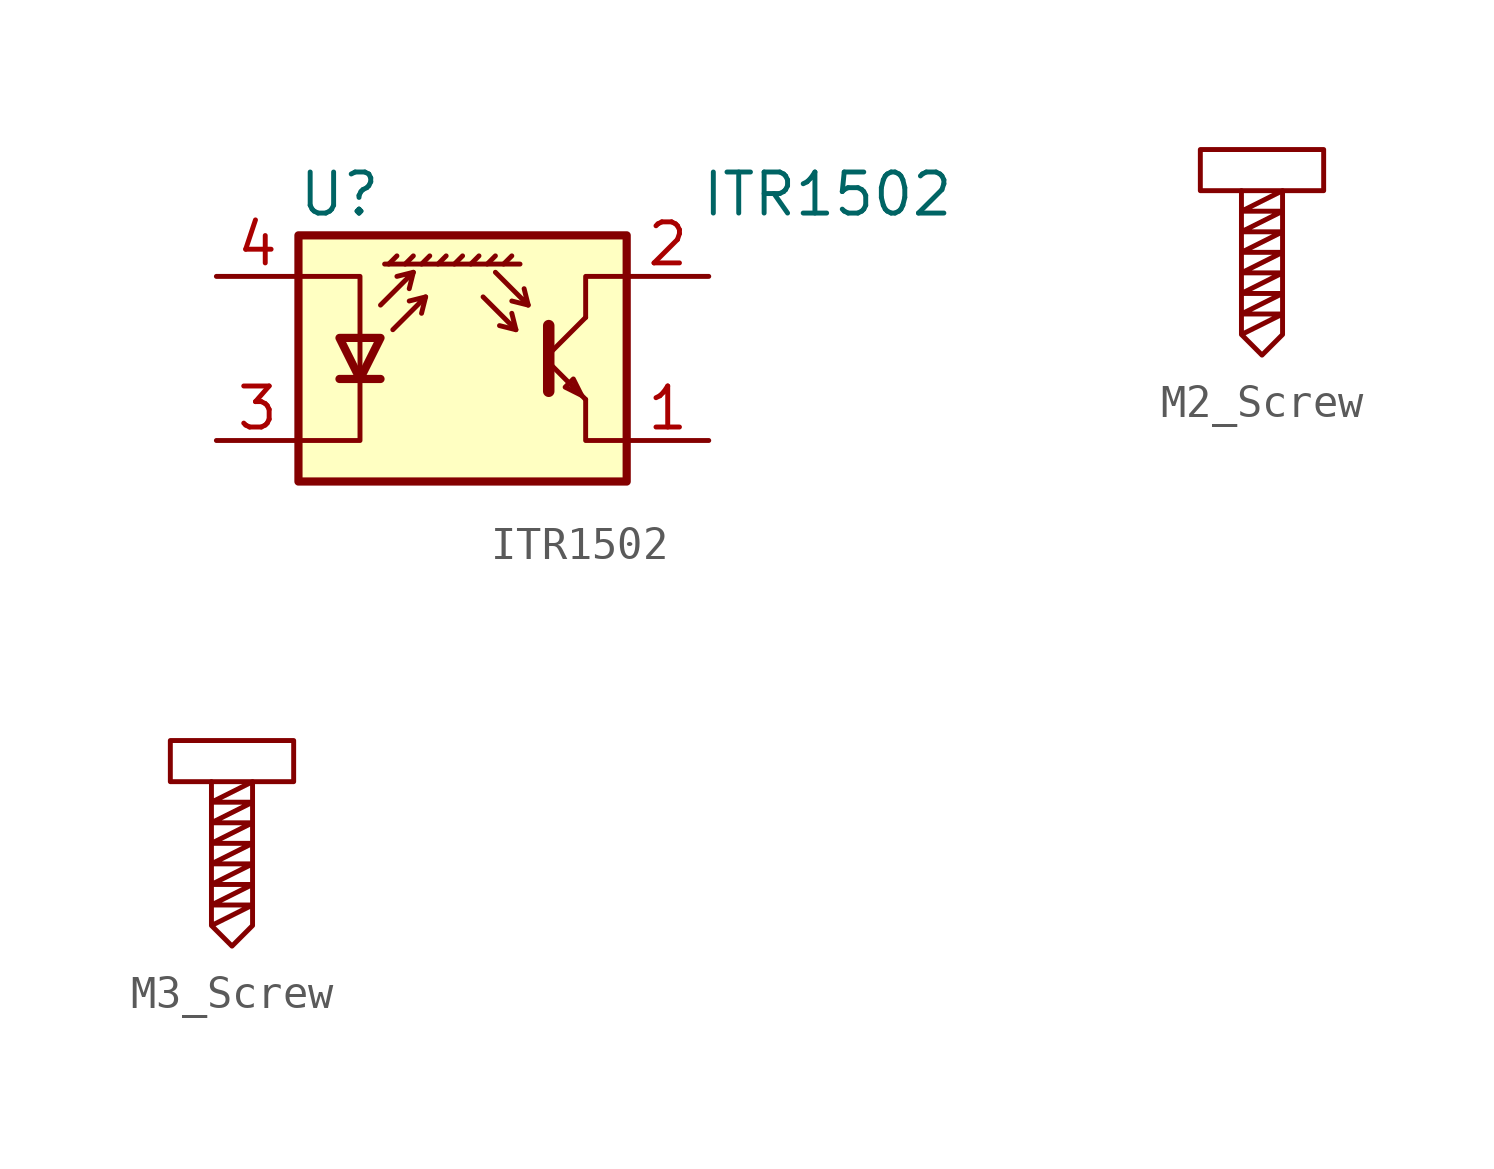
<source format=kicad_sym>
(kicad_symbol_lib
  (version 20241209)
  (generator "kicad_symbol_editor")
  (generator_version "9.0")
  (symbol "ITR1502"
    (pin_names
      (offset 0.025)
      (hide yes))
    (property "Reference" "U"
      (at -3.81 5.08 0)
      (effects (font (size 1.27 1.27))))
    (property "Value" "ITR1502"
      (at 15.24 5.08 0)
      (effects (font (size 1.27 1.27)) (justify right)))
    (symbol "ITR1502_0_1"
      (polyline (pts (xy -5.08 -2.54) (xy -3.175 -2.54) (xy -3.175 2.54) (xy -5.08 2.54)) (stroke (width 0) (type default)) (fill (type none)))
      (polyline (pts (xy -5.08 -3.81) (xy 5.08 -3.81) (xy 5.08 3.81) (xy -5.08 3.81) (xy -5.08 -3.81)) (stroke (width 0.254) (type default)) (fill (type background)))
      (polyline (pts (xy -3.81 -0.635) (xy -2.54 -0.635)) (stroke (width 0.254) (type default)) (fill (type none)))
      (polyline (pts (xy -3.175 -0.635) (xy -3.81 0.635) (xy -2.54 0.635) (xy -3.175 -0.635)) (stroke (width 0.254) (type default)) (fill (type none)))
      (polyline (pts (xy -2.54 1.651) (xy -1.524 2.667) (xy -2.032 2.54)) (stroke (width 0) (type default)) (fill (type none)))
      (polyline (pts (xy -2.286 2.921) (xy -2.032 3.175)) (stroke (width 0) (type default)) (fill (type none)))
      (polyline (pts (xy -2.159 0.889) (xy -1.143 1.905) (xy -1.651 1.778)) (stroke (width 0) (type default)) (fill (type none)))
      (polyline (pts (xy -1.778 2.921) (xy -1.524 3.175)) (stroke (width 0) (type default)) (fill (type none)))
      (polyline (pts (xy -1.524 2.667) (xy -1.651 2.159)) (stroke (width 0) (type default)) (fill (type none)))
      (polyline (pts (xy -1.27 2.921) (xy -1.016 3.175)) (stroke (width 0) (type default)) (fill (type none)))
      (polyline (pts (xy -1.143 1.905) (xy -1.27 1.397)) (stroke (width 0) (type default)) (fill (type none)))
      (polyline (pts (xy -0.762 2.921) (xy -0.508 3.175)) (stroke (width 0) (type default)) (fill (type none)))
      (polyline (pts (xy -0.254 2.921) (xy 0 3.175)) (stroke (width 0) (type default)) (fill (type none)))
      (polyline (pts (xy 0.254 2.921) (xy 0.508 3.175)) (stroke (width 0) (type default)) (fill (type none)))
      (polyline (pts (xy 0.635 1.905) (xy 1.651 0.889) (xy 1.524 1.397)) (stroke (width 0) (type default)) (fill (type none)))
      (polyline (pts (xy 0.762 2.921) (xy 1.016 3.175)) (stroke (width 0) (type default)) (fill (type none)))
      (polyline (pts (xy 1.016 2.667) (xy 2.032 1.651) (xy 1.905 2.159)) (stroke (width 0) (type default)) (fill (type none)))
      (polyline (pts (xy 1.27 2.921) (xy 1.524 3.175)) (stroke (width 0) (type default)) (fill (type none)))
      (polyline (pts (xy 1.651 0.889) (xy 1.143 1.016)) (stroke (width 0) (type default)) (fill (type none)))
      (polyline (pts (xy 1.778 2.921) (xy -2.413 2.921)) (stroke (width 0) (type default)) (fill (type none)))
      (polyline (pts (xy 2.032 1.651) (xy 1.524 1.778)) (stroke (width 0) (type default)) (fill (type none)))
      (polyline (pts (xy 2.667 1.016) (xy 2.667 -1.016) (xy 2.667 -1.016)) (stroke (width 0.356) (type default)) (fill (type none)))
      (polyline (pts (xy 2.667 0.127) (xy 3.81 1.27)) (stroke (width 0) (type default)) (fill (type none)))
      (polyline (pts (xy 2.667 -0.127) (xy 3.81 -1.27)) (stroke (width 0) (type default)) (fill (type none)))
      (polyline (pts (xy 3.683 -1.143) (xy 3.429 -0.635) (xy 3.175 -0.889) (xy 3.683 -1.143)) (stroke (width 0) (type default)) (fill (type none)))
      (polyline (pts (xy 3.81 1.27) (xy 3.81 2.54) (xy 5.08 2.54)) (stroke (width 0) (type default)) (fill (type none)))
      (polyline (pts (xy 3.81 -1.27) (xy 3.81 -2.54) (xy 5.08 -2.54)) (stroke (width 0) (type default)) (fill (type none))))
    (symbol "ITR1502_1_1"
      (pin passive line (at -7.62 2.54 0) (length 2.54) (name "A" (effects (font (size 1.27 1.27)))) (number "4" (effects (font (size 1.27 1.27)))))
      (pin passive line (at -7.62 -2.54 0) (length 2.54) (name "K" (effects (font (size 1.27 1.27)))) (number "3" (effects (font (size 1.27 1.27)))))
      (pin open_collector line (at 7.62 2.54 180) (length 2.54) (name "~" (effects (font (size 1.27 1.27)))) (number "2" (effects (font (size 1.27 1.27)))))
      (pin open_emitter line (at 7.62 -2.54 180) (length 2.54) (name "~" (effects (font (size 1.27 1.27)))) (number "1" (effects (font (size 1.27 1.27)))))))
  (symbol "M2_Screw"
    (property "Reference" "S"
      (at 0 0 0)
      (effects (font (size 1.27 1.27)) (hide yes)))
    (symbol "M2_Screw_0_1"
      (rectangle (start -1.905 2.54) (end 1.905 1.27) (stroke (width 0) (type default)) (fill (type none)))
      (polyline (pts (xy -0.635 1.27) (xy -0.635 -3.175) (xy 0 -3.81) (xy 0.635 -3.175) (xy 0.635 1.27) (xy -0.635 0.635) (xy 0 0.635) (xy 0.635 0.635) (xy -0.635 0) (xy 0.635 0) (xy -0.635 -0.635) (xy 0.635 -0.635) (xy -0.635 -1.27) (xy 0.635 -1.27) (xy -0.635 -1.905) (xy 0.635 -1.905) (xy -0.635 -2.54) (xy 0.635 -2.54) (xy -0.635 -3.175)) (stroke (width 0) (type default)) (fill (type none)))))
  (symbol "M3_Screw"
    (property "Reference" "S"
      (at 0 0 0)
      (effects (font (size 1.27 1.27)) (hide yes)))
    (symbol "M3_Screw_0_1"
      (rectangle (start -1.905 2.54) (end 1.905 1.27) (stroke (width 0) (type default)) (fill (type none)))
      (polyline (pts (xy -0.635 1.27) (xy -0.635 -3.175) (xy 0 -3.81) (xy 0.635 -3.175) (xy 0.635 1.27) (xy -0.635 0.635) (xy 0 0.635) (xy 0.635 0.635) (xy -0.635 0) (xy 0.635 0) (xy -0.635 -0.635) (xy 0.635 -0.635) (xy -0.635 -1.27) (xy 0.635 -1.27) (xy -0.635 -1.905) (xy 0.635 -1.905) (xy -0.635 -2.54) (xy 0.635 -2.54) (xy -0.635 -3.175)) (stroke (width 0) (type default)) (fill (type none))))))
</source>
